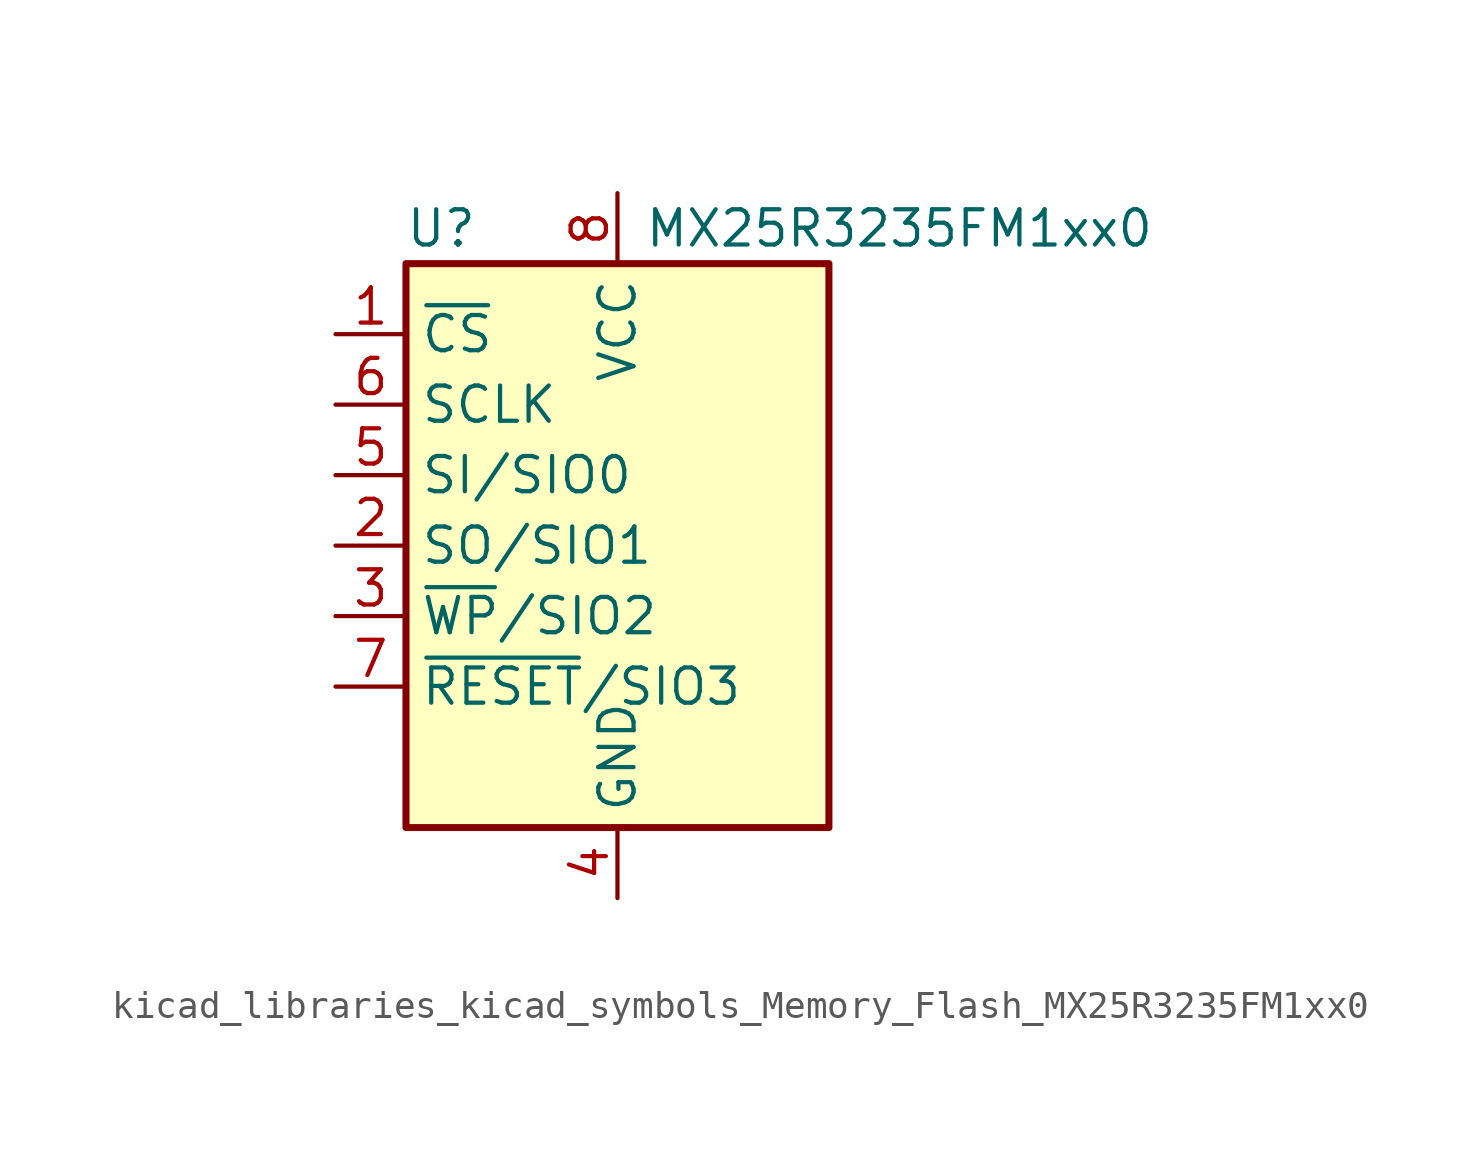
<source format=kicad_sym>
(kicad_symbol_lib
  (version 20220914)
  (generator kicad_symbol_editor)
  (symbol "kicad_libraries_kicad_symbols_Memory_Flash_MX25R3235FM1xx0"
    (property "Reference" "U"
      (at -6.35 11.43 0)
      (effects (font (size 1.27 1.27))))
    (property "Value" "MX25R3235FM1xx0"
      (at 10.16 11.43 0)
      (effects (font (size 1.27 1.27))))
    (symbol "kicad_libraries_kicad_symbols_Memory_Flash_MX25R3235FM1xx0_0_1"
      (rectangle (start -7.62 10.16) (end 7.62 -10.16) (stroke (width 0.254) (type default)) (fill (type background))))
    (symbol "kicad_libraries_kicad_symbols_Memory_Flash_MX25R3235FM1xx0_1_1"
      (pin input line (at -10.16 7.62 0) (length 2.54) (name "~{CS}" (effects (font (size 1.27 1.27)))) (number "1" (effects (font (size 1.27 1.27)))))
      (pin bidirectional line (at -10.16 0 0) (length 2.54) (name "SO/SIO1" (effects (font (size 1.27 1.27)))) (number "2" (effects (font (size 1.27 1.27)))))
      (pin bidirectional line (at -10.16 -2.54 0) (length 2.54) (name "~{WP}/SIO2" (effects (font (size 1.27 1.27)))) (number "3" (effects (font (size 1.27 1.27)))))
      (pin power_in line (at 0 -12.7 90) (length 2.54) (name "GND" (effects (font (size 1.27 1.27)))) (number "4" (effects (font (size 1.27 1.27)))))
      (pin bidirectional line (at -10.16 2.54 0) (length 2.54) (name "SI/SIO0" (effects (font (size 1.27 1.27)))) (number "5" (effects (font (size 1.27 1.27)))))
      (pin input line (at -10.16 5.08 0) (length 2.54) (name "SCLK" (effects (font (size 1.27 1.27)))) (number "6" (effects (font (size 1.27 1.27)))))
      (pin bidirectional line (at -10.16 -5.08 0) (length 2.54) (name "~{RESET}/SIO3" (effects (font (size 1.27 1.27)))) (number "7" (effects (font (size 1.27 1.27)))))
      (pin power_in line (at 0 12.7 270) (length 2.54) (name "VCC" (effects (font (size 1.27 1.27)))) (number "8" (effects (font (size 1.27 1.27))))))))
</source>
